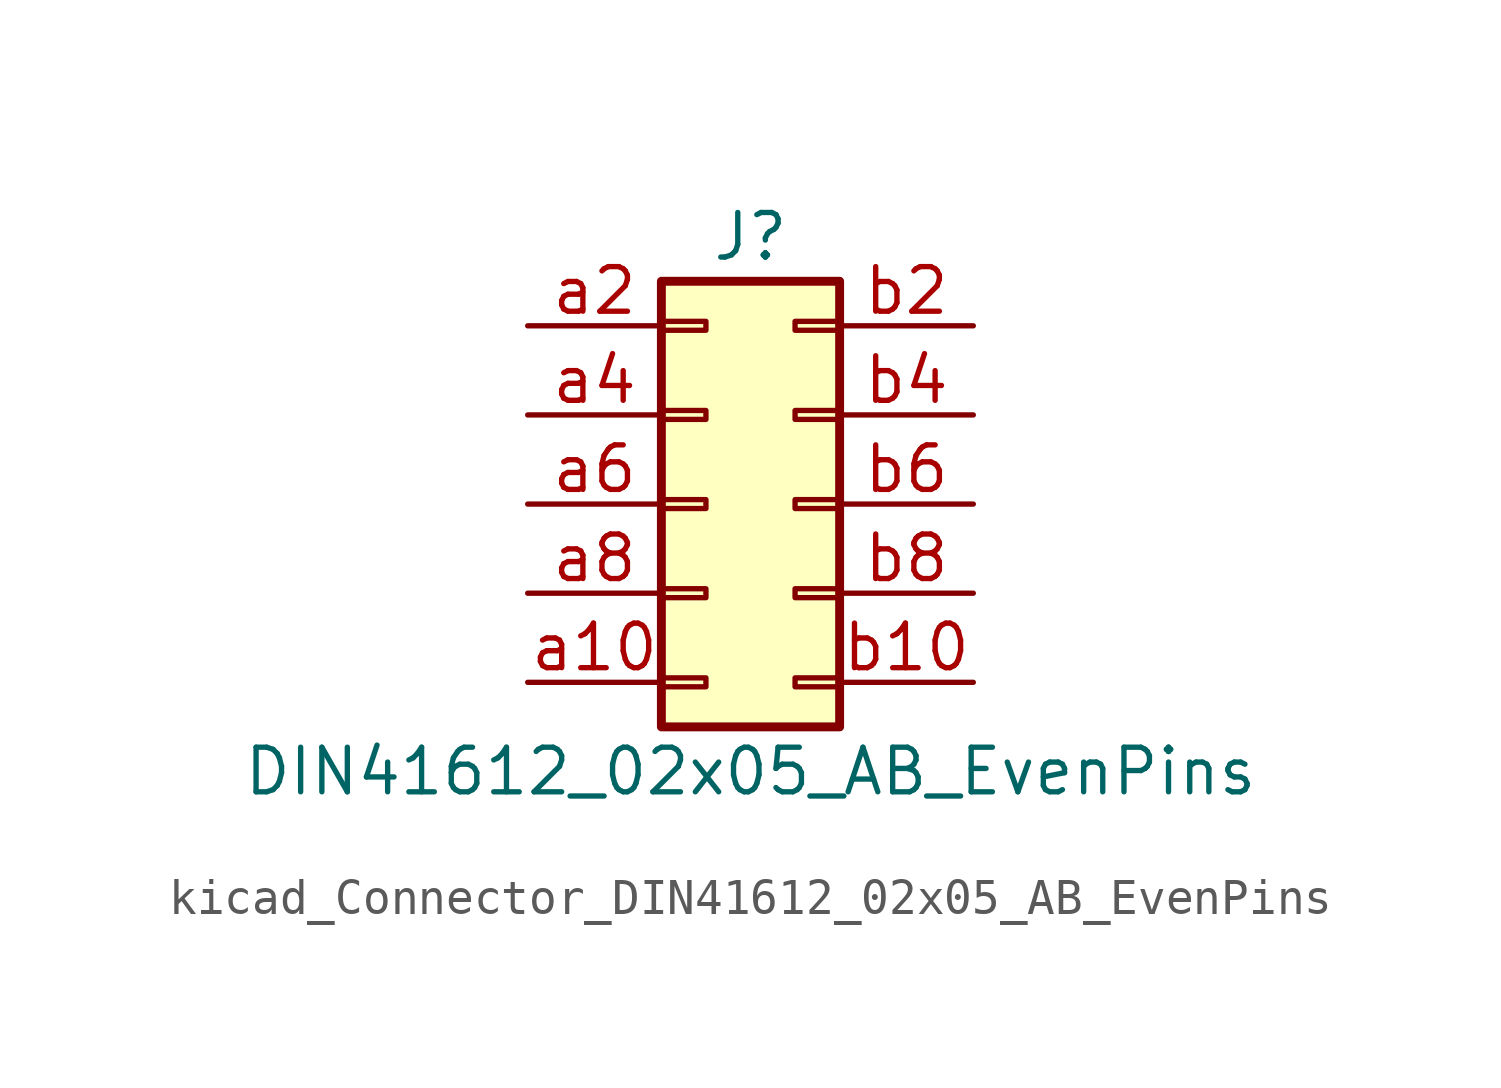
<source format=kicad_sym>
(kicad_symbol_lib
  (version 20220914)
  (generator kicad_symbol_editor)
  (symbol "kicad_Connector_DIN41612_02x05_AB_EvenPins"
    (pin_names
      (offset 1.016) hide)
    (property "Reference" "J"
      (at 1.27 7.62 0)
      (effects (font (size 1.27 1.27))))
    (property "Value" "DIN41612_02x05_AB_EvenPins"
      (at 1.27 -7.62 0)
      (effects (font (size 1.27 1.27))))
    (symbol "kicad_Connector_DIN41612_02x05_AB_EvenPins_1_1"
      (rectangle (start -1.27 -4.953) (end 0 -5.207) (stroke (width 0.152) (type default)) (fill (type none)))
      (rectangle (start -1.27 -2.413) (end 0 -2.667) (stroke (width 0.152) (type default)) (fill (type none)))
      (rectangle (start -1.27 0.127) (end 0 -0.127) (stroke (width 0.152) (type default)) (fill (type none)))
      (rectangle (start -1.27 2.667) (end 0 2.413) (stroke (width 0.152) (type default)) (fill (type none)))
      (rectangle (start -1.27 5.207) (end 0 4.953) (stroke (width 0.152) (type default)) (fill (type none)))
      (rectangle (start -1.27 6.35) (end 3.81 -6.35) (stroke (width 0.254) (type default)) (fill (type background)))
      (rectangle (start 3.81 -4.953) (end 2.54 -5.207) (stroke (width 0.152) (type default)) (fill (type none)))
      (rectangle (start 3.81 -2.413) (end 2.54 -2.667) (stroke (width 0.152) (type default)) (fill (type none)))
      (rectangle (start 3.81 0.127) (end 2.54 -0.127) (stroke (width 0.152) (type default)) (fill (type none)))
      (rectangle (start 3.81 2.667) (end 2.54 2.413) (stroke (width 0.152) (type default)) (fill (type none)))
      (rectangle (start 3.81 5.207) (end 2.54 4.953) (stroke (width 0.152) (type default)) (fill (type none)))
      (pin passive line (at -5.08 -5.08 0) (length 3.81) (name "Pin_a10" (effects (font (size 1.27 1.27)))) (number "a10" (effects (font (size 1.27 1.27)))))
      (pin passive line (at -5.08 5.08 0) (length 3.81) (name "Pin_a2" (effects (font (size 1.27 1.27)))) (number "a2" (effects (font (size 1.27 1.27)))))
      (pin passive line (at -5.08 2.54 0) (length 3.81) (name "Pin_a4" (effects (font (size 1.27 1.27)))) (number "a4" (effects (font (size 1.27 1.27)))))
      (pin passive line (at -5.08 0 0) (length 3.81) (name "Pin_a6" (effects (font (size 1.27 1.27)))) (number "a6" (effects (font (size 1.27 1.27)))))
      (pin passive line (at -5.08 -2.54 0) (length 3.81) (name "Pin_a8" (effects (font (size 1.27 1.27)))) (number "a8" (effects (font (size 1.27 1.27)))))
      (pin passive line (at 7.62 -5.08 180) (length 3.81) (name "Pin_b10" (effects (font (size 1.27 1.27)))) (number "b10" (effects (font (size 1.27 1.27)))))
      (pin passive line (at 7.62 5.08 180) (length 3.81) (name "Pin_b2" (effects (font (size 1.27 1.27)))) (number "b2" (effects (font (size 1.27 1.27)))))
      (pin passive line (at 7.62 2.54 180) (length 3.81) (name "Pin_b4" (effects (font (size 1.27 1.27)))) (number "b4" (effects (font (size 1.27 1.27)))))
      (pin passive line (at 7.62 0 180) (length 3.81) (name "Pin_b6" (effects (font (size 1.27 1.27)))) (number "b6" (effects (font (size 1.27 1.27)))))
      (pin passive line (at 7.62 -2.54 180) (length 3.81) (name "Pin_b8" (effects (font (size 1.27 1.27)))) (number "b8" (effects (font (size 1.27 1.27))))))))
</source>
